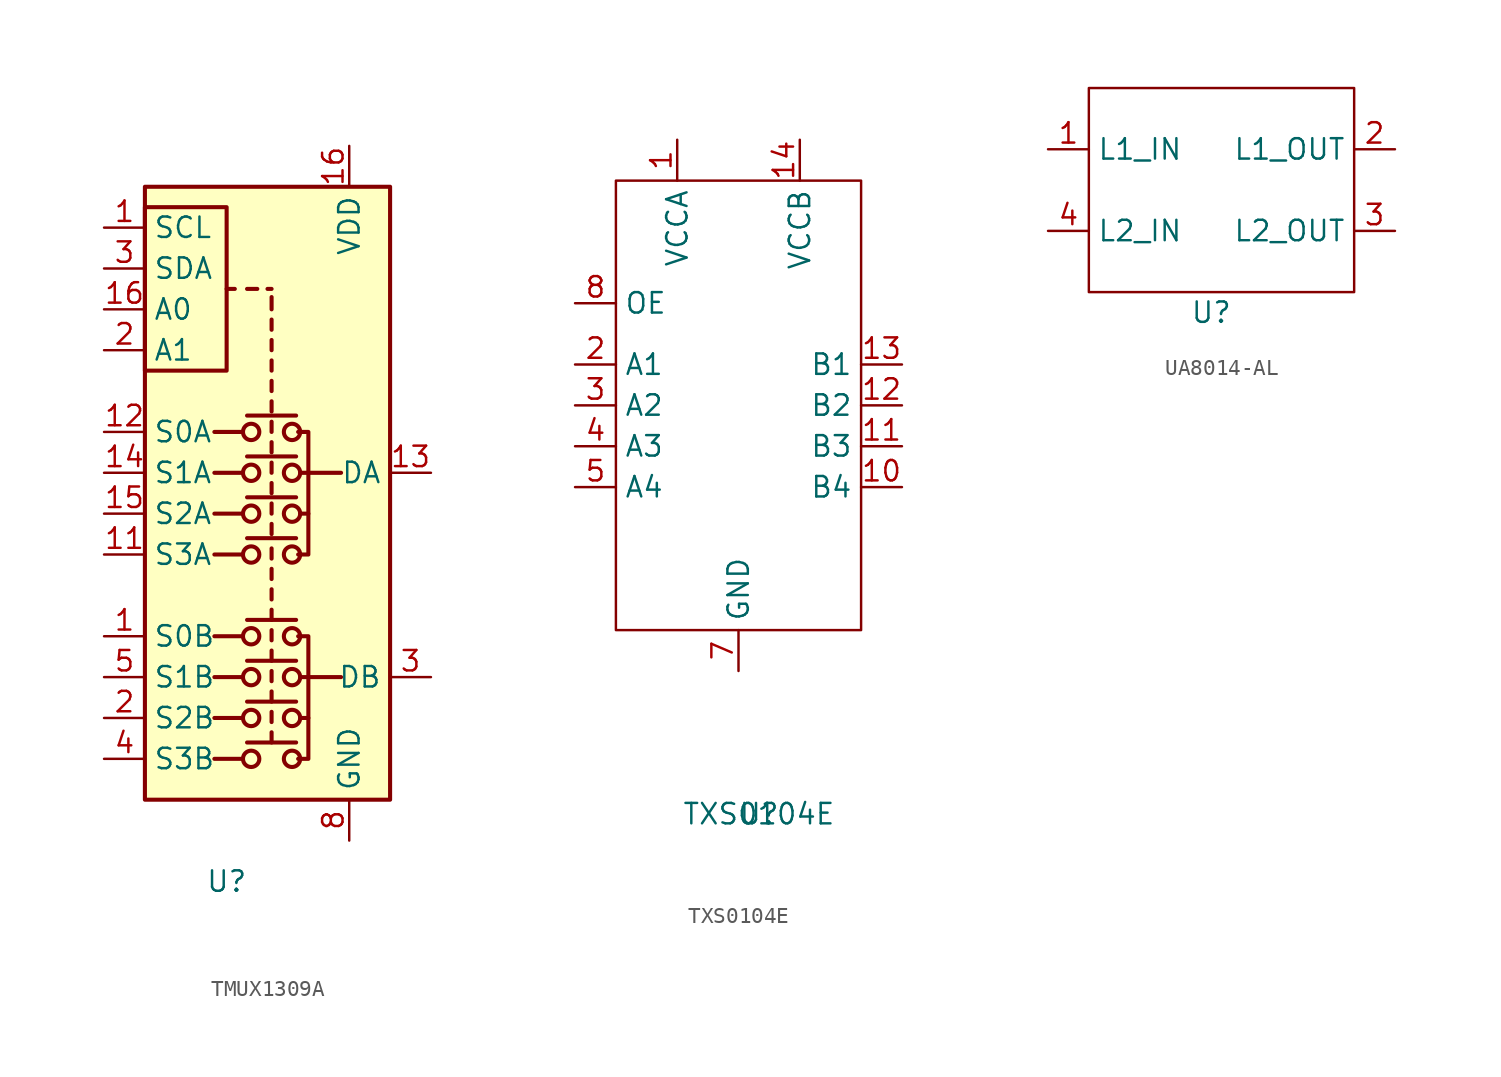
<source format=kicad_sym>
(kicad_symbol_lib
  (version 20231120)
  (generator "kicad_symbol_editor")
  (generator_version "8.0")
  (symbol "TMUX1309A"
    (property "Reference" "U"
      (at 0 0 0)
      (effects (font (size 1.27 1.27))))
    (property "Value" ""
      (at 0 0 0)
      (effects (font (size 1.27 1.27))))
    (symbol "TMUX1309A_0_1"
      (rectangle (start -5.08 31.75) (end 0 41.91) (stroke (width 0.254) (type default)) (fill (type none)))
      (rectangle (start -5.08 43.18) (end 10.16 5.08) (stroke (width 0.254) (type default)) (fill (type background)))
      (polyline (pts (xy 0.508 36.83) (xy 0 36.83)) (stroke (width 0.254) (type default)) (fill (type none)))
      (polyline (pts (xy 1.016 7.62) (xy -0.762 7.62)) (stroke (width 0.254) (type default)) (fill (type none)))
      (polyline (pts (xy 1.016 10.16) (xy -0.762 10.16)) (stroke (width 0.254) (type default)) (fill (type none)))
      (polyline (pts (xy 1.016 12.7) (xy -0.762 12.7)) (stroke (width 0.254) (type default)) (fill (type none)))
      (polyline (pts (xy 1.016 15.24) (xy -0.762 15.24)) (stroke (width 0.254) (type default)) (fill (type none)))
      (polyline (pts (xy 1.016 20.32) (xy -0.762 20.32)) (stroke (width 0.254) (type default)) (fill (type none)))
      (polyline (pts (xy 1.016 22.86) (xy -0.762 22.86)) (stroke (width 0.254) (type default)) (fill (type none)))
      (polyline (pts (xy 1.016 25.4) (xy -0.762 25.4)) (stroke (width 0.254) (type default)) (fill (type none)))
      (polyline (pts (xy 1.016 27.94) (xy -0.762 27.94)) (stroke (width 0.254) (type default)) (fill (type none)))
      (polyline (pts (xy 1.27 8.636) (xy 4.318 8.636)) (stroke (width 0.254) (type default)) (fill (type none)))
      (polyline (pts (xy 1.27 11.176) (xy 4.318 11.176)) (stroke (width 0.254) (type default)) (fill (type none)))
      (polyline (pts (xy 1.27 13.716) (xy 4.318 13.716)) (stroke (width 0.254) (type default)) (fill (type none)))
      (polyline (pts (xy 1.27 16.256) (xy 4.318 16.256)) (stroke (width 0.254) (type default)) (fill (type none)))
      (polyline (pts (xy 1.27 21.336) (xy 4.318 21.336)) (stroke (width 0.254) (type default)) (fill (type none)))
      (polyline (pts (xy 1.27 23.876) (xy 4.318 23.876)) (stroke (width 0.254) (type default)) (fill (type none)))
      (polyline (pts (xy 1.27 26.416) (xy 4.318 26.416)) (stroke (width 0.254) (type default)) (fill (type none)))
      (polyline (pts (xy 1.27 28.956) (xy 4.318 28.956)) (stroke (width 0.254) (type default)) (fill (type none)))
      (polyline (pts (xy 1.27 36.83) (xy 1.905 36.83)) (stroke (width 0.254) (type default)) (fill (type none)))
      (polyline (pts (xy 2.794 8.636) (xy 2.794 9.271)) (stroke (width 0.254) (type default)) (fill (type none)))
      (polyline (pts (xy 2.794 9.906) (xy 2.794 10.541)) (stroke (width 0.254) (type default)) (fill (type none)))
      (polyline (pts (xy 2.794 11.176) (xy 2.794 11.811)) (stroke (width 0.254) (type default)) (fill (type none)))
      (polyline (pts (xy 2.794 12.446) (xy 2.794 13.081)) (stroke (width 0.254) (type default)) (fill (type none)))
      (polyline (pts (xy 2.794 13.716) (xy 2.794 14.351)) (stroke (width 0.254) (type default)) (fill (type none)))
      (polyline (pts (xy 2.794 14.986) (xy 2.794 15.621)) (stroke (width 0.254) (type default)) (fill (type none)))
      (polyline (pts (xy 2.794 16.256) (xy 2.794 16.891)) (stroke (width 0.254) (type default)) (fill (type none)))
      (polyline (pts (xy 2.794 17.526) (xy 2.794 18.161)) (stroke (width 0.254) (type default)) (fill (type none)))
      (polyline (pts (xy 2.794 18.796) (xy 2.794 19.431)) (stroke (width 0.254) (type default)) (fill (type none)))
      (polyline (pts (xy 2.794 20.066) (xy 2.794 20.701)) (stroke (width 0.254) (type default)) (fill (type none)))
      (polyline (pts (xy 2.794 21.59) (xy 2.794 22.225)) (stroke (width 0.254) (type default)) (fill (type none)))
      (polyline (pts (xy 2.794 22.86) (xy 2.794 23.495)) (stroke (width 0.254) (type default)) (fill (type none)))
      (polyline (pts (xy 2.794 24.13) (xy 2.794 24.765)) (stroke (width 0.254) (type default)) (fill (type none)))
      (polyline (pts (xy 2.794 25.4) (xy 2.794 26.035)) (stroke (width 0.254) (type default)) (fill (type none)))
      (polyline (pts (xy 2.794 26.67) (xy 2.794 27.305)) (stroke (width 0.254) (type default)) (fill (type none)))
      (polyline (pts (xy 2.794 27.94) (xy 2.794 28.575)) (stroke (width 0.254) (type default)) (fill (type none)))
      (polyline (pts (xy 2.794 29.21) (xy 2.794 29.845)) (stroke (width 0.254) (type default)) (fill (type none)))
      (polyline (pts (xy 2.794 30.48) (xy 2.794 31.115)) (stroke (width 0.254) (type default)) (fill (type none)))
      (polyline (pts (xy 2.794 31.75) (xy 2.794 32.385)) (stroke (width 0.254) (type default)) (fill (type none)))
      (polyline (pts (xy 2.794 33.02) (xy 2.794 33.655)) (stroke (width 0.254) (type default)) (fill (type none)))
      (polyline (pts (xy 2.794 34.29) (xy 2.794 34.925)) (stroke (width 0.254) (type default)) (fill (type none)))
      (polyline (pts (xy 2.794 35.56) (xy 2.794 36.322)) (stroke (width 0.254) (type default)) (fill (type none)))
      (polyline (pts (xy 2.794 36.83) (xy 2.54 36.83)) (stroke (width 0.254) (type default)) (fill (type none)))
      (polyline (pts (xy 4.572 10.16) (xy 5.08 10.16)) (stroke (width 0.254) (type default)) (fill (type none)))
      (polyline (pts (xy 4.572 12.7) (xy 5.08 12.7)) (stroke (width 0.254) (type default)) (fill (type none)))
      (polyline (pts (xy 4.572 22.86) (xy 5.08 22.86)) (stroke (width 0.254) (type default)) (fill (type none)))
      (polyline (pts (xy 4.572 25.4) (xy 5.08 25.4)) (stroke (width 0.254) (type default)) (fill (type none)))
      (polyline (pts (xy 5.08 25.4) (xy 7.112 25.4)) (stroke (width 0.254) (type default)) (fill (type none)))
      (polyline (pts (xy 7.112 12.7) (xy 5.08 12.7)) (stroke (width 0.254) (type default)) (fill (type none)))
      (polyline (pts (xy 4.445 15.24) (xy 5.08 15.24) (xy 5.08 7.62) (xy 4.445 7.62)) (stroke (width 0.254) (type default)) (fill (type none)))
      (polyline (pts (xy 4.445 20.32) (xy 5.08 20.32) (xy 5.08 27.94) (xy 4.445 27.94)) (stroke (width 0.254) (type default)) (fill (type none)))
      (circle (center 1.524 7.62) (radius 0.508) (stroke (width 0.254) (type default)) (fill (type none)))
      (circle (center 1.524 10.16) (radius 0.508) (stroke (width 0.254) (type default)) (fill (type none)))
      (circle (center 1.524 12.7) (radius 0.508) (stroke (width 0.254) (type default)) (fill (type none)))
      (circle (center 1.524 15.24) (radius 0.508) (stroke (width 0.254) (type default)) (fill (type none)))
      (circle (center 1.524 20.32) (radius 0.508) (stroke (width 0.254) (type default)) (fill (type none)))
      (circle (center 1.524 22.86) (radius 0.508) (stroke (width 0.254) (type default)) (fill (type none)))
      (circle (center 1.524 25.4) (radius 0.508) (stroke (width 0.254) (type default)) (fill (type none)))
      (circle (center 1.524 27.94) (radius 0.508) (stroke (width 0.254) (type default)) (fill (type none)))
      (circle (center 4.064 7.62) (radius 0.508) (stroke (width 0.254) (type default)) (fill (type none)))
      (circle (center 4.064 10.16) (radius 0.508) (stroke (width 0.254) (type default)) (fill (type none)))
      (circle (center 4.064 12.7) (radius 0.508) (stroke (width 0.254) (type default)) (fill (type none)))
      (circle (center 4.064 15.24) (radius 0.508) (stroke (width 0.254) (type default)) (fill (type none)))
      (circle (center 4.064 20.32) (radius 0.508) (stroke (width 0.254) (type default)) (fill (type none)))
      (circle (center 4.064 22.86) (radius 0.508) (stroke (width 0.254) (type default)) (fill (type none)))
      (circle (center 4.064 25.4) (radius 0.508) (stroke (width 0.254) (type default)) (fill (type none)))
      (circle (center 4.064 27.94) (radius 0.508) (stroke (width 0.254) (type default)) (fill (type none))))
    (symbol "TMUX1309A_1_1"
      (pin bidirectional line (at -7.62 15.24 0) (length 2.54) (name "S0B" (effects (font (size 1.27 1.27)))) (number "1" (effects (font (size 1.27 1.27)))))
      (pin input line (at -7.62 40.64 0) (length 2.54) (name "SCL" (effects (font (size 1.27 1.27)))) (number "1" (effects (font (size 1.27 1.27)))))
      (pin bidirectional line (at -7.62 20.32 0) (length 2.54) (name "S3A" (effects (font (size 1.27 1.27)))) (number "11" (effects (font (size 1.27 1.27)))))
      (pin bidirectional line (at -7.62 27.94 0) (length 2.54) (name "S0A" (effects (font (size 1.27 1.27)))) (number "12" (effects (font (size 1.27 1.27)))))
      (pin bidirectional line (at 12.7 25.4 180) (length 2.54) (name "DA" (effects (font (size 1.27 1.27)))) (number "13" (effects (font (size 1.27 1.27)))))
      (pin bidirectional line (at -7.62 25.4 0) (length 2.54) (name "S1A" (effects (font (size 1.27 1.27)))) (number "14" (effects (font (size 1.27 1.27)))))
      (pin bidirectional line (at -7.62 22.86 0) (length 2.54) (name "S2A" (effects (font (size 1.27 1.27)))) (number "15" (effects (font (size 1.27 1.27)))))
      (pin input line (at -7.62 35.56 0) (length 2.54) (name "A0" (effects (font (size 1.27 1.27)))) (number "16" (effects (font (size 1.27 1.27)))))
      (pin power_in line (at 7.62 45.72 270) (length 2.54) (name "VDD" (effects (font (size 1.27 1.27)))) (number "16" (effects (font (size 1.27 1.27)))))
      (pin input line (at -7.62 33.02 0) (length 2.54) (name "A1" (effects (font (size 1.27 1.27)))) (number "2" (effects (font (size 1.27 1.27)))))
      (pin bidirectional line (at -7.62 10.16 0) (length 2.54) (name "S2B" (effects (font (size 1.27 1.27)))) (number "2" (effects (font (size 1.27 1.27)))))
      (pin bidirectional line (at 12.7 12.7 180) (length 2.54) (name "DB" (effects (font (size 1.27 1.27)))) (number "3" (effects (font (size 1.27 1.27)))))
      (pin bidirectional line (at -7.62 38.1 0) (length 2.54) (name "SDA" (effects (font (size 1.27 1.27)))) (number "3" (effects (font (size 1.27 1.27)))))
      (pin bidirectional line (at -7.62 7.62 0) (length 2.54) (name "S3B" (effects (font (size 1.27 1.27)))) (number "4" (effects (font (size 1.27 1.27)))))
      (pin bidirectional line (at -7.62 12.7 0) (length 2.54) (name "S1B" (effects (font (size 1.27 1.27)))) (number "5" (effects (font (size 1.27 1.27)))))
      (pin power_in line (at 7.62 2.54 90) (length 2.54) (name "GND" (effects (font (size 1.27 1.27)))) (number "8" (effects (font (size 1.27 1.27)))))))
  (symbol "TXS0104E"
    (property "Reference" "U"
      (at 0 0 0)
      (effects (font (size 1.27 1.27))))
    (property "Value" "TXS0104E"
      (at 0 0 0)
      (effects (font (size 1.27 1.27))))
    (symbol "TXS0104E_0_1"
      (rectangle (start -8.89 39.37) (end 6.35 11.43) (stroke (width 0) (type default)) (fill (type none))))
    (symbol "TXS0104E_1_1"
      (pin input line (at -5.08 41.91 270) (length 2.54) (name "VCCA" (effects (font (size 1.27 1.27)))) (number "1" (effects (font (size 1.27 1.27)))))
      (pin input line (at 8.89 20.32 180) (length 2.54) (name "B4" (effects (font (size 1.27 1.27)))) (number "10" (effects (font (size 1.27 1.27)))))
      (pin input line (at 8.89 22.86 180) (length 2.54) (name "B3" (effects (font (size 1.27 1.27)))) (number "11" (effects (font (size 1.27 1.27)))))
      (pin input line (at 8.89 25.4 180) (length 2.54) (name "B2" (effects (font (size 1.27 1.27)))) (number "12" (effects (font (size 1.27 1.27)))))
      (pin input line (at 8.89 27.94 180) (length 2.54) (name "B1" (effects (font (size 1.27 1.27)))) (number "13" (effects (font (size 1.27 1.27)))))
      (pin input line (at 2.54 41.91 270) (length 2.54) (name "VCCB" (effects (font (size 1.27 1.27)))) (number "14" (effects (font (size 1.27 1.27)))))
      (pin input line (at -11.43 27.94 0) (length 2.54) (name "A1" (effects (font (size 1.27 1.27)))) (number "2" (effects (font (size 1.27 1.27)))))
      (pin input line (at -11.43 25.4 0) (length 2.54) (name "A2" (effects (font (size 1.27 1.27)))) (number "3" (effects (font (size 1.27 1.27)))))
      (pin input line (at -11.43 22.86 0) (length 2.54) (name "A3" (effects (font (size 1.27 1.27)))) (number "4" (effects (font (size 1.27 1.27)))))
      (pin input line (at -11.43 20.32 0) (length 2.54) (name "A4" (effects (font (size 1.27 1.27)))) (number "5" (effects (font (size 1.27 1.27)))))
      (pin input line (at -1.27 8.89 90) (length 2.54) (name "GND" (effects (font (size 1.27 1.27)))) (number "7" (effects (font (size 1.27 1.27)))))
      (pin input line (at -11.43 31.75 0) (length 2.54) (name "OE" (effects (font (size 1.27 1.27)))) (number "8" (effects (font (size 1.27 1.27)))))))
  (symbol "UA8014-AL"
    (property "Reference" "U"
      (at 0 0 0)
      (effects (font (size 1.27 1.27))))
    (property "Value" ""
      (at 0 0 0)
      (effects (font (size 1.27 1.27))))
    (symbol "UA8014-AL_0_1"
      (rectangle (start -7.62 13.97) (end 8.89 1.27) (stroke (width 0) (type default)) (fill (type none))))
    (symbol "UA8014-AL_1_1"
      (pin input line (at -10.16 10.16 0) (length 2.54) (name "L1_IN" (effects (font (size 1.27 1.27)))) (number "1" (effects (font (size 1.27 1.27)))))
      (pin input line (at 11.43 10.16 180) (length 2.54) (name "L1_OUT" (effects (font (size 1.27 1.27)))) (number "2" (effects (font (size 1.27 1.27)))))
      (pin input line (at 11.43 5.08 180) (length 2.54) (name "L2_OUT" (effects (font (size 1.27 1.27)))) (number "3" (effects (font (size 1.27 1.27)))))
      (pin input line (at -10.16 5.08 0) (length 2.54) (name "L2_IN" (effects (font (size 1.27 1.27)))) (number "4" (effects (font (size 1.27 1.27))))))))
</source>
